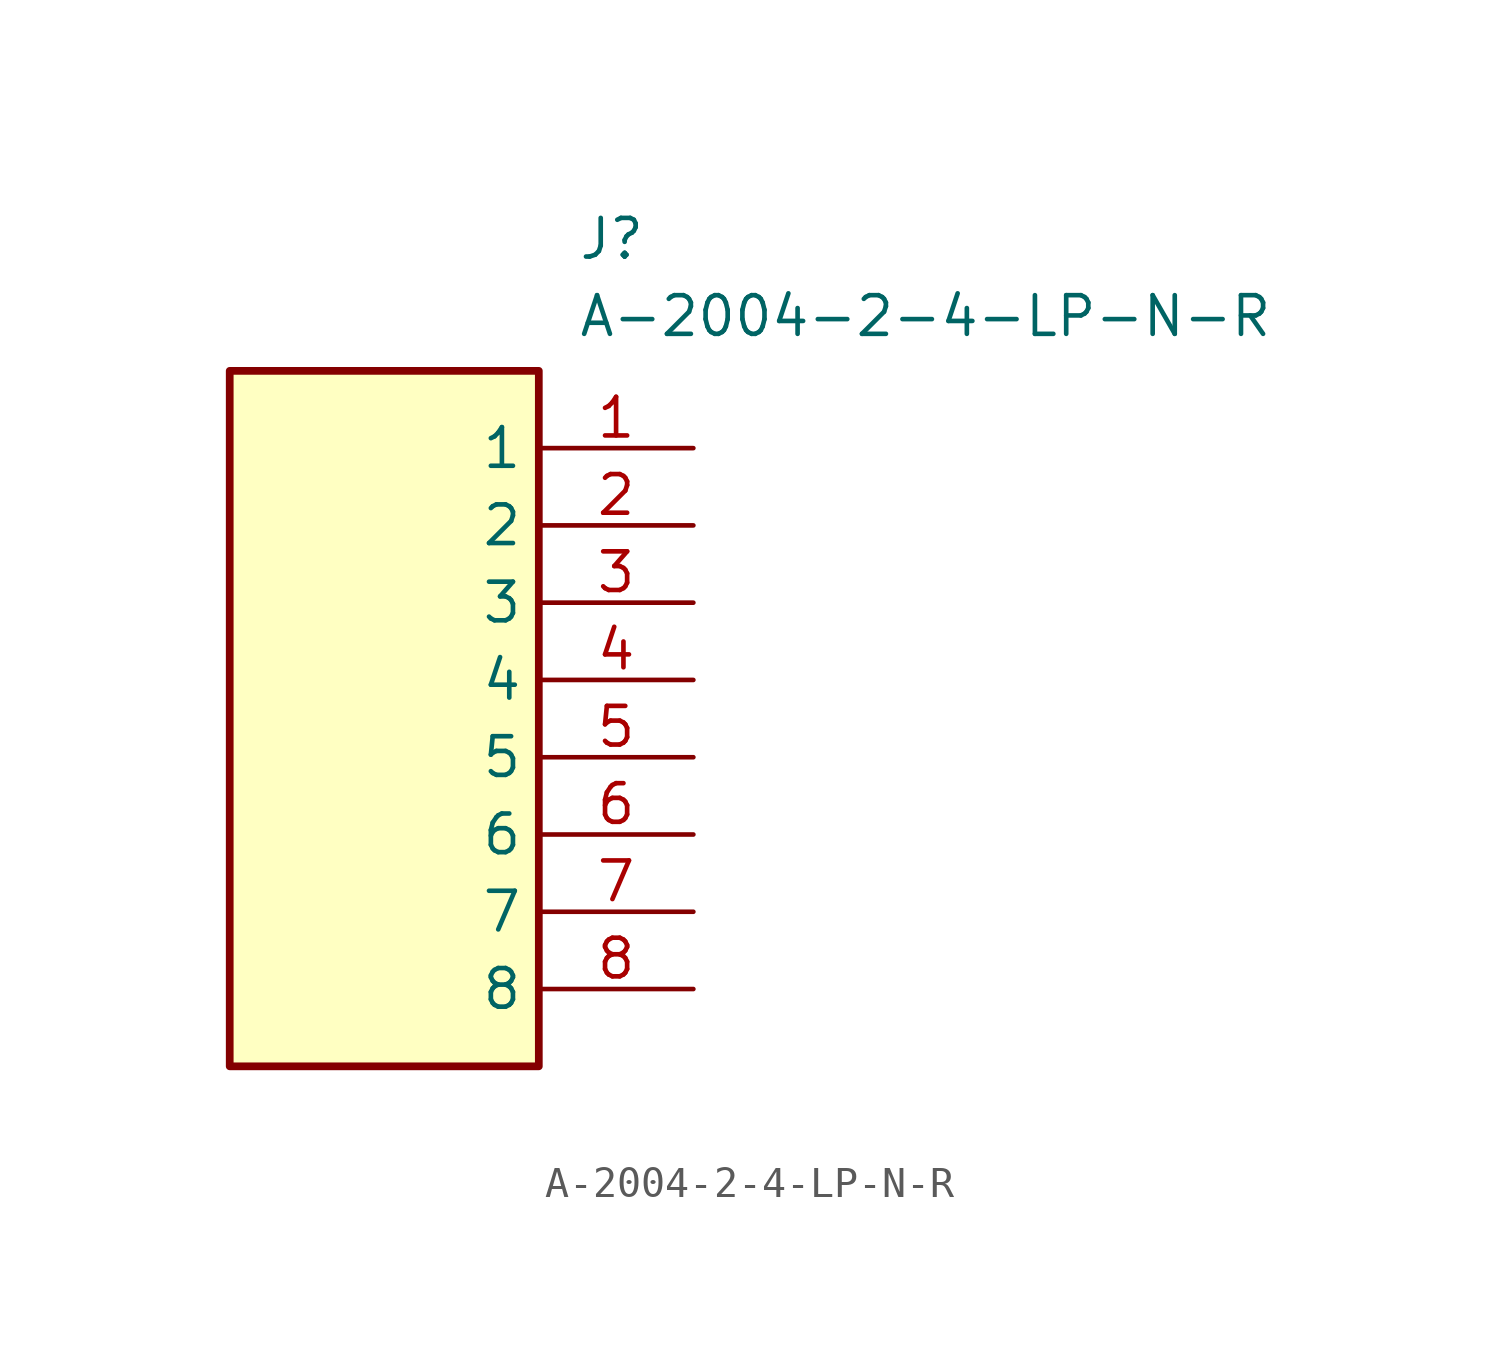
<source format=kicad_sym>
(kicad_symbol_lib
  (version 20211014)
  (generator SamacSys_ECAD_Model)
  (symbol "A-2004-2-4-LP-N-R"
    (property "Reference" "J"
      (at -3.81 7.62 0)
      (effects (font (size 1.27 1.27)) (justify left top)))
    (property "Value" "A-2004-2-4-LP-N-R"
      (at -3.81 5.08 0)
      (effects (font (size 1.27 1.27)) (justify left top)))
    (rectangle
      (start -15.24 2.54)
      (end -5.08 -20.32)
      (stroke (width 0.254) (type default))
      (fill (type background)))
    (pin passive line
      (at 0 0 180)
      (length 5.08)
      (name "1" (effects (font (size 1.27 1.27))))
      (number "1" (effects (font (size 1.27 1.27)))))
    (pin passive line
      (at 0 -2.54 180)
      (length 5.08)
      (name "2" (effects (font (size 1.27 1.27))))
      (number "2" (effects (font (size 1.27 1.27)))))
    (pin passive line
      (at 0 -5.08 180)
      (length 5.08)
      (name "3" (effects (font (size 1.27 1.27))))
      (number "3" (effects (font (size 1.27 1.27)))))
    (pin passive line
      (at 0 -7.62 180)
      (length 5.08)
      (name "4" (effects (font (size 1.27 1.27))))
      (number "4" (effects (font (size 1.27 1.27)))))
    (pin passive line
      (at 0 -10.16 180)
      (length 5.08)
      (name "5" (effects (font (size 1.27 1.27))))
      (number "5" (effects (font (size 1.27 1.27)))))
    (pin passive line
      (at 0 -12.7 180)
      (length 5.08)
      (name "6" (effects (font (size 1.27 1.27))))
      (number "6" (effects (font (size 1.27 1.27)))))
    (pin passive line
      (at 0 -15.24 180)
      (length 5.08)
      (name "7" (effects (font (size 1.27 1.27))))
      (number "7" (effects (font (size 1.27 1.27)))))
    (pin passive line
      (at 0 -17.78 180)
      (length 5.08)
      (name "8" (effects (font (size 1.27 1.27))))
      (number "8" (effects (font (size 1.27 1.27)))))))
</source>
